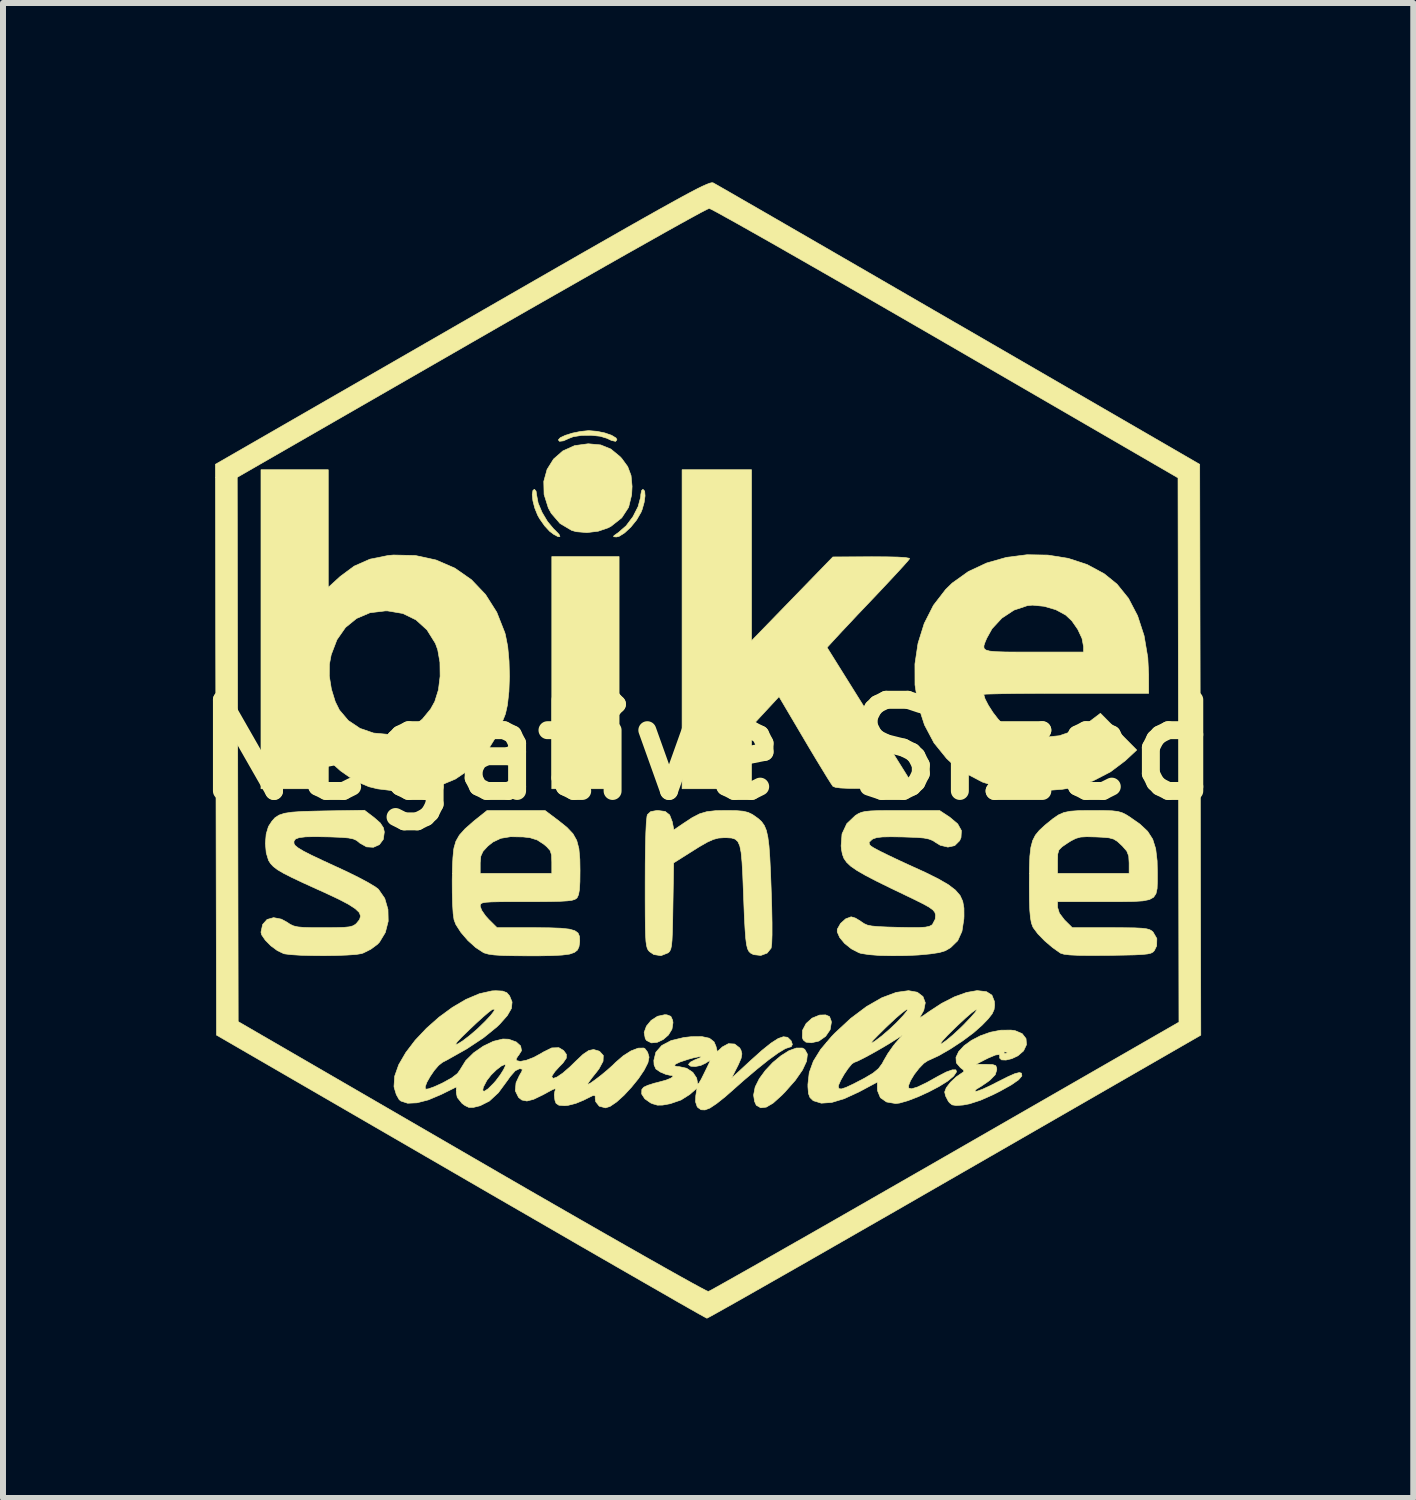
<source format=kicad_pcb>
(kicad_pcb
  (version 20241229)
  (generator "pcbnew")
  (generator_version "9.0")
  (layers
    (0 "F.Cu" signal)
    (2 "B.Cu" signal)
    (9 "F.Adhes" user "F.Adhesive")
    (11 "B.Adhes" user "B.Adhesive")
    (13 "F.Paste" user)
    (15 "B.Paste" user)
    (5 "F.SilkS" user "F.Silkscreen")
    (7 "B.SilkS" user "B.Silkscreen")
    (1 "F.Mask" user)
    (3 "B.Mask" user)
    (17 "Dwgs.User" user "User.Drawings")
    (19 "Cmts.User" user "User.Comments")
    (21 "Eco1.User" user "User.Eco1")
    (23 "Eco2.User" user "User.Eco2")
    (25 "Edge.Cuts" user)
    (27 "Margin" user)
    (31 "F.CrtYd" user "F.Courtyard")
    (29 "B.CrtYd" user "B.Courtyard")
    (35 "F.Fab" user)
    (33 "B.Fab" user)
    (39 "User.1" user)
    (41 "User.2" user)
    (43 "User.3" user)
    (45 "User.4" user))
  (footprint "Negative Sized"
    (layer "F.Cu")
    (at 8.788 9.484)
    (property "Reference" "Negative Sized" (at 0 0 0) (layer "F.SilkS") (effects (font (size 1.524 1.524) (thickness 0.3))))
    (attr through_hole)
    (fp_poly (pts (xy -1.488 0.653) (xy -2.613 0.653) (xy -2.613 -3.229) (xy -1.488 -3.229) (xy -1.488 0.653)) (stroke (width 0.01) (type solid)) (fill yes) (layer "F.SilkS"))
    (fp_poly (pts (xy 2.03 4.461) (xy 2.058 4.535) (xy 2.061 4.557) (xy 2.04 4.681) (xy 1.965 4.791) (xy 1.853 4.87) (xy 1.728 4.899) (xy 1.636 4.889) (xy 1.591 4.852) (xy 1.576 4.812) (xy 1.579 4.69) (xy 1.639 4.577) (xy 1.739 4.487) (xy 1.864 4.436) (xy 1.965 4.433) (xy 2.03 4.461)) (stroke (width 0.01) (type solid)) (fill yes) (layer "F.SilkS"))
    (fp_poly (pts (xy -0.689 4.432) (xy -0.623 4.457) (xy -0.593 4.522) (xy -0.587 4.563) (xy -0.604 4.672) (xy -0.663 4.769) (xy -0.751 4.845) (xy -0.851 4.892) (xy -0.948 4.901) (xy -1.027 4.862) (xy -1.05 4.83) (xy -1.069 4.727) (xy -1.031 4.621) (xy -0.952 4.525) (xy -0.845 4.456) (xy -0.725 4.43) (xy -0.689 4.432)) (stroke (width 0.01) (type solid)) (fill yes) (layer "F.SilkS"))
    (fp_poly (pts (xy -2.876 -4.323) (xy -2.866 -4.255) (xy -2.841 -4.123) (xy -2.776 -3.968) (xy -2.685 -3.815) (xy -2.58 -3.689) (xy -2.563 -3.674) (xy -2.492 -3.601) (xy -2.477 -3.563) (xy -2.509 -3.562) (xy -2.58 -3.6) (xy -2.648 -3.651) (xy -2.732 -3.742) (xy -2.817 -3.863) (xy -2.85 -3.922) (xy -2.898 -4.041) (xy -2.929 -4.162) (xy -2.94 -4.266) (xy -2.928 -4.336) (xy -2.903 -4.354) (xy -2.876 -4.323)) (stroke (width 0.01) (type solid)) (fill yes) (layer "F.SilkS"))
    (fp_poly (pts (xy -1.06 -4.323) (xy -1.054 -4.244) (xy -1.069 -4.135) (xy -1.102 -4.018) (xy -1.121 -3.97) (xy -1.195 -3.842) (xy -1.292 -3.722) (xy -1.396 -3.625) (xy -1.49 -3.566) (xy -1.534 -3.557) (xy -1.58 -3.561) (xy -1.573 -3.58) (xy -1.508 -3.625) (xy -1.501 -3.63) (xy -1.371 -3.743) (xy -1.256 -3.896) (xy -1.17 -4.065) (xy -1.127 -4.226) (xy -1.125 -4.266) (xy -1.112 -4.333) (xy -1.089 -4.354) (xy -1.06 -4.323)) (stroke (width 0.01) (type solid)) (fill yes) (layer "F.SilkS"))
    (fp_poly (pts (xy -1.855 -5.323) (xy -1.723 -5.295) (xy -1.612 -5.256) (xy -1.54 -5.212) (xy -1.524 -5.182) (xy -1.547 -5.155) (xy -1.619 -5.172) (xy -1.692 -5.207) (xy -1.805 -5.241) (xy -1.956 -5.257) (xy -2.115 -5.255) (xy -2.254 -5.233) (xy -2.322 -5.207) (xy -2.418 -5.164) (xy -2.484 -5.156) (xy -2.504 -5.18) (xy -2.471 -5.217) (xy -2.385 -5.257) (xy -2.266 -5.294) (xy -2.133 -5.321) (xy -2.005 -5.334) (xy -1.987 -5.334) (xy -1.855 -5.323)) (stroke (width 0.01) (type solid)) (fill yes) (layer "F.SilkS"))
    (fp_poly (pts (xy 1.576 4.987) (xy 1.616 5.009) (xy 1.66 5.089) (xy 1.647 5.206) (xy 1.578 5.354) (xy 1.457 5.528) (xy 1.285 5.723) (xy 1.234 5.775) (xy 1.089 5.906) (xy 0.973 5.975) (xy 0.88 5.986) (xy 0.806 5.944) (xy 0.777 5.88) (xy 0.762 5.782) (xy 0.762 5.766) (xy 0.787 5.638) (xy 0.856 5.5) (xy 0.958 5.361) (xy 1.081 5.23) (xy 1.216 5.118) (xy 1.35 5.033) (xy 1.474 4.987) (xy 1.576 4.987)) (stroke (width 0.01) (type solid)) (fill yes) (layer "F.SilkS"))
    (fp_poly (pts (xy -1.796 -5.096) (xy -1.626 -5.027) (xy -1.472 -4.9) (xy -1.444 -4.87) (xy -1.344 -4.733) (xy -1.288 -4.584) (xy -1.271 -4.403) (xy -1.278 -4.262) (xy -1.329 -4.053) (xy -1.444 -3.877) (xy -1.622 -3.736) (xy -1.67 -3.71) (xy -1.837 -3.653) (xy -2.026 -3.63) (xy -2.204 -3.645) (xy -2.281 -3.667) (xy -2.475 -3.782) (xy -2.622 -3.952) (xy -2.671 -4.042) (xy -2.742 -4.268) (xy -2.747 -4.486) (xy -2.692 -4.686) (xy -2.584 -4.859) (xy -2.429 -4.995) (xy -2.232 -5.084) (xy -2.004 -5.115) (xy -1.796 -5.096)) (stroke (width 0.01) (type solid)) (fill yes) (layer "F.SilkS"))
    (fp_poly (pts (xy 0.726 -1.822) (xy 2.086 -3.223) (xy 2.734 -3.226) (xy 2.978 -3.225) (xy 3.167 -3.221) (xy 3.297 -3.213) (xy 3.362 -3.201) (xy 3.369 -3.194) (xy 3.341 -3.158) (xy 3.271 -3.079) (xy 3.165 -2.963) (xy 3.032 -2.82) (xy 2.879 -2.657) (xy 2.829 -2.604) (xy 2.66 -2.426) (xy 2.497 -2.255) (xy 2.352 -2.1) (xy 2.234 -1.975) (xy 2.154 -1.888) (xy 2.145 -1.879) (xy 1.989 -1.709) (xy 2.721 -0.537) (xy 3.453 0.635) (xy 2.79 0.645) (xy 2.537 0.647) (xy 2.348 0.646) (xy 2.216 0.64) (xy 2.132 0.629) (xy 2.089 0.613) (xy 2.085 0.609) (xy 2.055 0.565) (xy 1.994 0.469) (xy 1.908 0.328) (xy 1.802 0.154) (xy 1.683 -0.045) (xy 1.614 -0.162) (xy 1.186 -0.887) (xy 0.956 -0.639) (xy 0.726 -0.391) (xy 0.726 0.653) (xy -0.435 0.653) (xy -0.435 -4.681) (xy 0.726 -4.681) (xy 0.726 -1.822)) (stroke (width 0.01) (type solid)) (fill yes) (layer "F.SilkS"))
    (fp_poly (pts (xy -6.35 -2.714) (xy -6.15 -2.897) (xy -5.916 -3.07) (xy -5.653 -3.186) (xy -5.35 -3.247) (xy -5.261 -3.255) (xy -4.893 -3.247) (xy -4.548 -3.172) (xy -4.234 -3.036) (xy -3.956 -2.842) (xy -3.721 -2.595) (xy -3.533 -2.298) (xy -3.398 -1.956) (xy -3.389 -1.923) (xy -3.35 -1.725) (xy -3.328 -1.485) (xy -3.321 -1.226) (xy -3.33 -0.972) (xy -3.355 -0.747) (xy -3.388 -0.599) (xy -3.527 -0.246) (xy -3.713 0.055) (xy -3.946 0.301) (xy -4.224 0.49) (xy -4.53 0.618) (xy -4.753 0.666) (xy -5.011 0.687) (xy -5.278 0.684) (xy -5.525 0.654) (xy -5.668 0.619) (xy -5.825 0.554) (xy -5.992 0.46) (xy -6.145 0.353) (xy -6.262 0.248) (xy -6.296 0.206) (xy -6.324 0.172) (xy -6.34 0.176) (xy -6.348 0.227) (xy -6.35 0.336) (xy -6.35 0.391) (xy -6.35 0.653) (xy -7.475 0.653) (xy -7.475 -1.233) (xy -6.333 -1.233) (xy -6.298 -1.014) (xy -6.233 -0.803) (xy -6.164 -0.664) (xy -6.014 -0.487) (xy -5.819 -0.357) (xy -5.593 -0.279) (xy -5.351 -0.257) (xy -5.109 -0.297) (xy -4.941 -0.378) (xy -4.777 -0.512) (xy -4.639 -0.68) (xy -4.569 -0.806) (xy -4.508 -1.002) (xy -4.48 -1.229) (xy -4.483 -1.461) (xy -4.52 -1.671) (xy -4.559 -1.778) (xy -4.7 -2.004) (xy -4.884 -2.171) (xy -5.104 -2.278) (xy -5.359 -2.321) (xy -5.398 -2.321) (xy -5.653 -2.29) (xy -5.876 -2.195) (xy -6.062 -2.044) (xy -6.205 -1.839) (xy -6.301 -1.588) (xy -6.331 -1.428) (xy -6.333 -1.233) (xy -7.475 -1.233) (xy -7.475 -4.681) (xy -6.35 -4.681) (xy -6.35 -2.714)) (stroke (width 0.01) (type solid)) (fill yes) (layer "F.SilkS"))
    (fp_poly (pts (xy 5.131 4.696) (xy 5.25 4.746) (xy 5.315 4.829) (xy 5.323 4.931) (xy 5.274 5.035) (xy 5.179 5.117) (xy 5.077 5.165) (xy 4.98 5.188) (xy 4.906 5.185) (xy 4.873 5.154) (xy 4.876 5.132) (xy 4.87 5.096) (xy 4.806 5.103) (xy 4.684 5.154) (xy 4.608 5.192) (xy 4.481 5.258) (xy 4.654 5.26) (xy 4.758 5.264) (xy 4.809 5.281) (xy 4.825 5.322) (xy 4.826 5.352) (xy 4.8 5.434) (xy 4.716 5.52) (xy 4.679 5.549) (xy 4.584 5.614) (xy 4.511 5.66) (xy 4.488 5.672) (xy 4.462 5.701) (xy 4.468 5.712) (xy 4.507 5.706) (xy 4.597 5.672) (xy 4.722 5.614) (xy 4.845 5.551) (xy 5.014 5.466) (xy 5.13 5.415) (xy 5.203 5.397) (xy 5.239 5.407) (xy 5.246 5.454) (xy 5.19 5.519) (xy 5.069 5.603) (xy 4.881 5.708) (xy 4.762 5.768) (xy 4.554 5.86) (xy 4.369 5.92) (xy 4.263 5.94) (xy 4.148 5.948) (xy 4.08 5.937) (xy 4.035 5.901) (xy 4.015 5.875) (xy 3.97 5.788) (xy 3.955 5.722) (xy 3.982 5.651) (xy 4.052 5.56) (xy 4.146 5.471) (xy 4.227 5.415) (xy 4.276 5.382) (xy 4.269 5.354) (xy 4.218 5.315) (xy 4.15 5.235) (xy 4.144 5.143) (xy 4.185 5.056) (xy 4.947 5.056) (xy 4.952 5.077) (xy 4.971 5.08) (xy 5.001 5.067) (xy 4.995 5.056) (xy 4.952 5.051) (xy 4.947 5.056) (xy 4.185 5.056) (xy 4.19 5.046) (xy 4.279 4.949) (xy 4.403 4.859) (xy 4.552 4.782) (xy 4.718 4.723) (xy 4.891 4.689) (xy 5.063 4.687) (xy 5.131 4.696)) (stroke (width 0.01) (type solid)) (fill yes) (layer "F.SilkS"))
    (fp_poly (pts (xy 0.47 1.018) (xy 0.587 1.028) (xy 0.669 1.048) (xy 0.738 1.081) (xy 0.764 1.098) (xy 0.837 1.15) (xy 0.895 1.203) (xy 0.94 1.267) (xy 0.974 1.349) (xy 0.999 1.46) (xy 1.018 1.608) (xy 1.032 1.802) (xy 1.044 2.052) (xy 1.054 2.32) (xy 1.064 2.632) (xy 1.069 2.893) (xy 1.069 3.097) (xy 1.064 3.239) (xy 1.054 3.315) (xy 1.053 3.318) (xy 0.987 3.4) (xy 0.882 3.439) (xy 0.764 3.426) (xy 0.743 3.417) (xy 0.708 3.398) (xy 0.681 3.37) (xy 0.659 3.326) (xy 0.642 3.255) (xy 0.629 3.151) (xy 0.618 3.005) (xy 0.607 2.808) (xy 0.597 2.552) (xy 0.59 2.368) (xy 0.579 2.09) (xy 0.567 1.877) (xy 0.552 1.718) (xy 0.53 1.608) (xy 0.498 1.536) (xy 0.453 1.495) (xy 0.392 1.476) (xy 0.312 1.471) (xy 0.262 1.471) (xy 0.173 1.477) (xy 0.087 1.5) (xy -0.015 1.546) (xy -0.149 1.623) (xy -0.243 1.682) (xy -0.576 1.892) (xy -0.588 2.618) (xy -0.592 2.866) (xy -0.597 3.052) (xy -0.603 3.186) (xy -0.612 3.277) (xy -0.625 3.335) (xy -0.643 3.371) (xy -0.666 3.394) (xy -0.669 3.396) (xy -0.788 3.443) (xy -0.908 3.424) (xy -0.98 3.375) (xy -1.001 3.351) (xy -1.017 3.32) (xy -1.029 3.274) (xy -1.039 3.204) (xy -1.045 3.103) (xy -1.049 2.963) (xy -1.051 2.774) (xy -1.052 2.528) (xy -1.052 2.229) (xy -1.051 1.897) (xy -1.047 1.614) (xy -1.041 1.387) (xy -1.033 1.219) (xy -1.022 1.116) (xy -1.015 1.086) (xy -0.959 1.034) (xy -0.856 1.016) (xy -0.838 1.016) (xy -0.717 1.032) (xy -0.643 1.09) (xy -0.599 1.204) (xy -0.595 1.227) (xy -0.572 1.34) (xy -0.422 1.238) (xy -0.267 1.136) (xy -0.141 1.071) (xy -0.019 1.035) (xy 0.126 1.019) (xy 0.301 1.016) (xy 0.47 1.018)) (stroke (width 0.01) (type solid)) (fill yes) (layer "F.SilkS"))
    (fp_poly (pts (xy 5.681 -3.254) (xy 6.019 -3.2) (xy 6.337 -3.096) (xy 6.622 -2.942) (xy 6.836 -2.769) (xy 7.028 -2.531) (xy 7.18 -2.24) (xy 7.289 -1.906) (xy 7.351 -1.539) (xy 7.365 -1.261) (xy 7.366 -0.943) (xy 5.987 -0.943) (xy 5.679 -0.943) (xy 5.395 -0.942) (xy 5.142 -0.94) (xy 4.93 -0.937) (xy 4.765 -0.933) (xy 4.655 -0.93) (xy 4.609 -0.926) (xy 4.608 -0.925) (xy 4.63 -0.85) (xy 4.686 -0.742) (xy 4.763 -0.622) (xy 4.847 -0.513) (xy 4.906 -0.451) (xy 5.076 -0.321) (xy 5.25 -0.243) (xy 5.453 -0.208) (xy 5.57 -0.204) (xy 5.872 -0.234) (xy 6.148 -0.33) (xy 6.382 -0.475) (xy 6.559 -0.609) (xy 6.863 -0.302) (xy 7.166 0.005) (xy 6.975 0.183) (xy 6.727 0.37) (xy 6.433 0.522) (xy 6.112 0.629) (xy 6.093 0.634) (xy 5.917 0.662) (xy 5.696 0.679) (xy 5.454 0.685) (xy 5.217 0.679) (xy 5.006 0.661) (xy 4.872 0.637) (xy 4.585 0.54) (xy 4.305 0.393) (xy 4.059 0.213) (xy 3.989 0.148) (xy 3.777 -0.114) (xy 3.618 -0.414) (xy 3.512 -0.741) (xy 3.459 -1.085) (xy 3.458 -1.434) (xy 3.503 -1.736) (xy 4.61 -1.736) (xy 4.613 -1.695) (xy 4.643 -1.667) (xy 4.708 -1.649) (xy 4.817 -1.639) (xy 4.976 -1.634) (xy 5.193 -1.633) (xy 5.443 -1.633) (xy 6.277 -1.633) (xy 6.277 -1.724) (xy 6.251 -1.861) (xy 6.18 -2.013) (xy 6.081 -2.155) (xy 5.979 -2.251) (xy 5.813 -2.341) (xy 5.617 -2.398) (xy 5.424 -2.417) (xy 5.338 -2.409) (xy 5.114 -2.334) (xy 4.911 -2.2) (xy 4.747 -2.023) (xy 4.658 -1.863) (xy 4.628 -1.791) (xy 4.61 -1.736) (xy 3.503 -1.736) (xy 3.51 -1.78) (xy 3.613 -2.11) (xy 3.767 -2.414) (xy 3.973 -2.681) (xy 4.081 -2.786) (xy 4.351 -2.979) (xy 4.657 -3.122) (xy 4.988 -3.216) (xy 5.333 -3.26) (xy 5.681 -3.254)) (stroke (width 0.01) (type solid)) (fill yes) (layer "F.SilkS"))
    (fp_poly (pts (xy -2.497 1.188) (xy -2.357 1.301) (xy -2.259 1.405) (xy -2.196 1.517) (xy -2.16 1.654) (xy -2.144 1.833) (xy -2.141 2.02) (xy -2.143 2.21) (xy -2.151 2.34) (xy -2.166 2.423) (xy -2.189 2.473) (xy -2.198 2.483) (xy -2.227 2.502) (xy -2.276 2.517) (xy -2.354 2.527) (xy -2.472 2.534) (xy -2.637 2.538) (xy -2.86 2.54) (xy -3.032 2.54) (xy -3.289 2.54) (xy -3.481 2.541) (xy -3.619 2.544) (xy -3.712 2.55) (xy -3.769 2.56) (xy -3.798 2.574) (xy -3.808 2.593) (xy -3.81 2.617) (xy -3.785 2.685) (xy -3.722 2.776) (xy -3.669 2.835) (xy -3.528 2.975) (xy -2.915 2.975) (xy -2.656 2.977) (xy -2.461 2.984) (xy -2.321 2.999) (xy -2.229 3.025) (xy -2.174 3.065) (xy -2.15 3.121) (xy -2.146 3.196) (xy -2.148 3.223) (xy -2.159 3.295) (xy -2.185 3.35) (xy -2.235 3.389) (xy -2.317 3.417) (xy -2.44 3.433) (xy -2.613 3.442) (xy -2.846 3.446) (xy -2.994 3.446) (xy -3.246 3.444) (xy -3.437 3.44) (xy -3.576 3.431) (xy -3.674 3.417) (xy -3.741 3.398) (xy -3.758 3.39) (xy -3.885 3.307) (xy -4.016 3.189) (xy -4.132 3.054) (xy -4.216 2.924) (xy -4.247 2.844) (xy -4.262 2.739) (xy -4.272 2.58) (xy -4.277 2.388) (xy -4.278 2.181) (xy -4.274 1.98) (xy -4.271 1.9) (xy -3.81 1.9) (xy -3.81 2.068) (xy -2.613 2.068) (xy -2.613 1.878) (xy -2.617 1.761) (xy -2.64 1.686) (xy -2.696 1.623) (xy -2.747 1.58) (xy -2.856 1.509) (xy -2.977 1.471) (xy -3.09 1.458) (xy -3.303 1.454) (xy -3.466 1.481) (xy -3.598 1.544) (xy -3.682 1.611) (xy -3.763 1.699) (xy -3.8 1.78) (xy -3.81 1.89) (xy -3.81 1.9) (xy -4.271 1.9) (xy -4.266 1.802) (xy -4.253 1.668) (xy -4.248 1.64) (xy -4.216 1.53) (xy -4.158 1.428) (xy -4.063 1.322) (xy -3.92 1.196) (xy -3.87 1.156) (xy -3.695 1.016) (xy -2.726 1.016) (xy -2.497 1.188)) (stroke (width 0.01) (type solid)) (fill yes) (layer "F.SilkS"))
    (fp_poly (pts (xy -5.585 1.133) (xy -5.481 1.224) (xy -5.428 1.305) (xy -5.413 1.375) (xy -5.43 1.499) (xy -5.496 1.587) (xy -5.595 1.631) (xy -5.71 1.624) (xy -5.825 1.559) (xy -5.833 1.551) (xy -5.878 1.515) (xy -5.933 1.491) (xy -6.012 1.475) (xy -6.132 1.465) (xy -6.306 1.458) (xy -6.338 1.457) (xy -6.564 1.453) (xy -6.727 1.456) (xy -6.835 1.469) (xy -6.897 1.492) (xy -6.923 1.528) (xy -6.924 1.565) (xy -6.906 1.599) (xy -6.856 1.64) (xy -6.767 1.694) (xy -6.632 1.763) (xy -6.442 1.853) (xy -6.264 1.935) (xy -6.041 2.038) (xy -5.843 2.136) (xy -5.68 2.223) (xy -5.565 2.292) (xy -5.512 2.332) (xy -5.406 2.485) (xy -5.352 2.67) (xy -5.348 2.867) (xy -5.396 3.055) (xy -5.493 3.216) (xy -5.529 3.254) (xy -5.64 3.336) (xy -5.762 3.397) (xy -5.793 3.408) (xy -5.886 3.423) (xy -6.034 3.433) (xy -6.218 3.44) (xy -6.421 3.443) (xy -6.627 3.441) (xy -6.816 3.436) (xy -6.973 3.426) (xy -7.078 3.413) (xy -7.095 3.409) (xy -7.2 3.359) (xy -7.309 3.279) (xy -7.402 3.185) (xy -7.463 3.096) (xy -7.475 3.05) (xy -7.447 2.921) (xy -7.373 2.838) (xy -7.264 2.807) (xy -7.135 2.832) (xy -7.044 2.881) (xy -6.985 2.92) (xy -6.928 2.946) (xy -6.857 2.962) (xy -6.759 2.971) (xy -6.617 2.975) (xy -6.43 2.975) (xy -6.232 2.974) (xy -6.093 2.97) (xy -6 2.961) (xy -5.94 2.945) (xy -5.898 2.921) (xy -5.878 2.903) (xy -5.827 2.84) (xy -5.81 2.781) (xy -5.831 2.722) (xy -5.898 2.658) (xy -6.014 2.583) (xy -6.185 2.494) (xy -6.417 2.385) (xy -6.513 2.342) (xy -6.762 2.229) (xy -6.953 2.139) (xy -7.095 2.067) (xy -7.197 2.007) (xy -7.267 1.954) (xy -7.314 1.904) (xy -7.348 1.851) (xy -7.349 1.849) (xy -7.387 1.723) (xy -7.401 1.566) (xy -7.388 1.41) (xy -7.351 1.287) (xy -7.345 1.276) (xy -7.293 1.196) (xy -7.24 1.136) (xy -7.173 1.093) (xy -7.083 1.063) (xy -6.958 1.044) (xy -6.787 1.032) (xy -6.56 1.026) (xy -6.419 1.023) (xy -5.744 1.012) (xy -5.585 1.133)) (stroke (width 0.01) (type solid)) (fill yes) (layer "F.SilkS"))
    (fp_poly (pts (xy 6.621 1.017) (xy 6.754 1.021) (xy 6.848 1.032) (xy 6.919 1.052) (xy 6.983 1.083) (xy 7.041 1.119) (xy 7.22 1.244) (xy 7.348 1.364) (xy 7.433 1.496) (xy 7.483 1.656) (xy 7.507 1.858) (xy 7.511 2.051) (xy 7.511 2.203) (xy 7.507 2.32) (xy 7.488 2.406) (xy 7.448 2.466) (xy 7.378 2.505) (xy 7.269 2.527) (xy 7.112 2.537) (xy 6.9 2.54) (xy 6.624 2.54) (xy 5.842 2.54) (xy 5.842 2.634) (xy 5.873 2.733) (xy 5.958 2.845) (xy 5.965 2.852) (xy 6.089 2.975) (xy 6.727 2.975) (xy 6.959 2.976) (xy 7.129 2.978) (xy 7.249 2.984) (xy 7.33 2.994) (xy 7.382 3.008) (xy 7.419 3.03) (xy 7.439 3.048) (xy 7.502 3.157) (xy 7.499 3.279) (xy 7.46 3.359) (xy 7.437 3.383) (xy 7.403 3.401) (xy 7.348 3.414) (xy 7.261 3.423) (xy 7.132 3.43) (xy 6.952 3.434) (xy 6.71 3.438) (xy 6.689 3.438) (xy 6.412 3.44) (xy 6.201 3.438) (xy 6.049 3.431) (xy 5.95 3.419) (xy 5.895 3.402) (xy 5.893 3.402) (xy 5.761 3.309) (xy 5.627 3.195) (xy 5.513 3.078) (xy 5.437 2.976) (xy 5.428 2.959) (xy 5.405 2.896) (xy 5.389 2.808) (xy 5.378 2.685) (xy 5.372 2.514) (xy 5.37 2.285) (xy 5.37 2.232) (xy 5.372 1.976) (xy 5.376 1.868) (xy 5.842 1.868) (xy 5.842 2.068) (xy 7.039 2.068) (xy 7.039 1.894) (xy 7.032 1.777) (xy 6.999 1.694) (xy 6.925 1.609) (xy 6.91 1.595) (xy 6.842 1.532) (xy 6.78 1.494) (xy 6.703 1.473) (xy 6.589 1.463) (xy 6.484 1.458) (xy 6.332 1.454) (xy 6.229 1.46) (xy 6.149 1.482) (xy 6.068 1.523) (xy 6.014 1.557) (xy 5.917 1.623) (xy 5.865 1.676) (xy 5.845 1.745) (xy 5.842 1.855) (xy 5.842 1.868) (xy 5.376 1.868) (xy 5.379 1.78) (xy 5.396 1.632) (xy 5.426 1.519) (xy 5.472 1.428) (xy 5.538 1.348) (xy 5.628 1.265) (xy 5.654 1.243) (xy 5.765 1.153) (xy 5.857 1.09) (xy 5.948 1.05) (xy 6.055 1.028) (xy 6.196 1.018) (xy 6.389 1.016) (xy 6.431 1.016) (xy 6.621 1.017)) (stroke (width 0.01) (type solid)) (fill yes) (layer "F.SilkS"))
    (fp_poly (pts (xy 4.04 1.128) (xy 4.173 1.24) (xy 4.235 1.352) (xy 4.228 1.469) (xy 4.205 1.521) (xy 4.123 1.603) (xy 4.009 1.628) (xy 3.881 1.597) (xy 3.809 1.553) (xy 3.753 1.517) (xy 3.691 1.493) (xy 3.607 1.476) (xy 3.485 1.466) (xy 3.311 1.46) (xy 3.254 1.458) (xy 3.054 1.455) (xy 2.914 1.458) (xy 2.82 1.469) (xy 2.76 1.489) (xy 2.74 1.501) (xy 2.691 1.548) (xy 2.7 1.587) (xy 2.721 1.61) (xy 2.771 1.642) (xy 2.876 1.698) (xy 3.023 1.77) (xy 3.2 1.854) (xy 3.356 1.926) (xy 3.635 2.053) (xy 3.852 2.161) (xy 4.016 2.256) (xy 4.134 2.346) (xy 4.212 2.436) (xy 4.257 2.534) (xy 4.277 2.647) (xy 4.278 2.782) (xy 4.276 2.828) (xy 4.244 3.036) (xy 4.173 3.193) (xy 4.054 3.309) (xy 3.965 3.361) (xy 3.865 3.391) (xy 3.71 3.414) (xy 3.516 3.432) (xy 3.301 3.442) (xy 3.08 3.444) (xy 2.872 3.44) (xy 2.692 3.426) (xy 2.557 3.405) (xy 2.522 3.394) (xy 2.396 3.329) (xy 2.283 3.239) (xy 2.2 3.139) (xy 2.159 3.046) (xy 2.16 3.001) (xy 2.214 2.905) (xy 2.299 2.828) (xy 2.389 2.794) (xy 2.394 2.794) (xy 2.464 2.815) (xy 2.551 2.868) (xy 2.561 2.876) (xy 2.609 2.908) (xy 2.663 2.932) (xy 2.737 2.947) (xy 2.845 2.957) (xy 3.001 2.964) (xy 3.178 2.969) (xy 3.385 2.973) (xy 3.533 2.972) (xy 3.632 2.966) (xy 3.696 2.953) (xy 3.737 2.933) (xy 3.752 2.919) (xy 3.797 2.833) (xy 3.803 2.762) (xy 3.791 2.719) (xy 3.758 2.678) (xy 3.695 2.632) (xy 3.59 2.574) (xy 3.433 2.496) (xy 3.356 2.459) (xy 3.058 2.316) (xy 2.818 2.198) (xy 2.631 2.101) (xy 2.489 2.019) (xy 2.386 1.948) (xy 2.316 1.882) (xy 2.271 1.817) (xy 2.245 1.747) (xy 2.23 1.667) (xy 2.224 1.608) (xy 2.239 1.407) (xy 2.319 1.236) (xy 2.462 1.1) (xy 2.464 1.098) (xy 2.512 1.069) (xy 2.563 1.047) (xy 2.628 1.032) (xy 2.72 1.023) (xy 2.85 1.018) (xy 3.031 1.016) (xy 3.229 1.016) (xy 3.87 1.016) (xy 4.04 1.128)) (stroke (width 0.01) (type solid)) (fill yes) (layer "F.SilkS"))
    (fp_poly (pts (xy 0.022 4.823) (xy 0.099 4.883) (xy 0.131 4.956) (xy 0.154 5.048) (xy 0.238 4.969) (xy 0.34 4.914) (xy 0.444 4.92) (xy 0.528 4.985) (xy 0.549 5.021) (xy 0.565 5.084) (xy 0.552 5.159) (xy 0.505 5.267) (xy 0.489 5.299) (xy 0.391 5.492) (xy 0.708 5.199) (xy 0.901 5.026) (xy 1.053 4.904) (xy 1.17 4.829) (xy 1.258 4.798) (xy 1.324 4.807) (xy 1.334 4.812) (xy 1.389 4.867) (xy 1.409 4.927) (xy 1.389 4.966) (xy 1.367 4.971) (xy 1.292 4.996) (xy 1.171 5.069) (xy 1.011 5.185) (xy 0.816 5.341) (xy 0.592 5.531) (xy 0.477 5.633) (xy 0.289 5.799) (xy 0.142 5.916) (xy 0.031 5.99) (xy -0.052 6.022) (xy -0.117 6.019) (xy -0.169 5.983) (xy -0.182 5.969) (xy -0.21 5.886) (xy -0.206 5.785) (xy -0.185 5.656) (xy -0.308 5.764) (xy -0.454 5.856) (xy -0.634 5.918) (xy -0.761 5.941) (xy -0.848 5.942) (xy -0.927 5.919) (xy -0.96 5.905) (xy -1.058 5.836) (xy -1.11 5.756) (xy -1.108 5.68) (xy -1.076 5.642) (xy -1.01 5.611) (xy -0.901 5.576) (xy -0.818 5.555) (xy -0.704 5.524) (xy -0.623 5.491) (xy -0.585 5.463) (xy -0.602 5.445) (xy -0.635 5.443) (xy -0.707 5.427) (xy -0.799 5.388) (xy -0.8 5.387) (xy -0.873 5.337) (xy -0.896 5.284) (xy -0.564 5.284) (xy -0.514 5.297) (xy -0.484 5.298) (xy -0.359 5.325) (xy -0.255 5.394) (xy -0.191 5.49) (xy -0.181 5.545) (xy -0.175 5.586) (xy -0.155 5.576) (xy -0.116 5.511) (xy -0.073 5.425) (xy -0.018 5.313) (xy 0.021 5.231) (xy 0.035 5.196) (xy 0.011 5.206) (xy -0.044 5.241) (xy -0.125 5.279) (xy -0.215 5.296) (xy -0.291 5.291) (xy -0.326 5.264) (xy -0.327 5.26) (xy -0.296 5.223) (xy -0.222 5.185) (xy -0.216 5.183) (xy -0.135 5.15) (xy -0.117 5.133) (xy -0.154 5.133) (xy -0.238 5.149) (xy -0.329 5.174) (xy -0.468 5.22) (xy -0.547 5.257) (xy -0.564 5.284) (xy -0.896 5.284) (xy -0.903 5.268) (xy -0.907 5.194) (xy -0.873 5.057) (xy -0.775 4.945) (xy -0.618 4.862) (xy -0.405 4.811) (xy -0.287 4.798) (xy -0.103 4.796) (xy 0.022 4.823)) (stroke (width 0.01) (type solid)) (fill yes) (layer "F.SilkS"))
    (fp_poly (pts (xy 0.078 -9.479) (xy 0.083 -9.478) (xy 0.124 -9.455) (xy 0.224 -9.398) (xy 0.379 -9.309) (xy 0.585 -9.19) (xy 0.839 -9.044) (xy 1.137 -8.872) (xy 1.474 -8.677) (xy 1.848 -8.461) (xy 2.254 -8.226) (xy 2.688 -7.975) (xy 3.147 -7.709) (xy 3.627 -7.431) (xy 4.124 -7.143) (xy 4.191 -7.105) (xy 8.219 -4.771) (xy 8.228 0.000312) (xy 8.237 4.772) (xy 4.126 7.139) (xy 3.622 7.429) (xy 3.136 7.709) (xy 2.67 7.976) (xy 2.229 8.229) (xy 1.817 8.465) (xy 1.436 8.683) (xy 1.092 8.879) (xy 0.786 9.053) (xy 0.524 9.202) (xy 0.309 9.323) (xy 0.145 9.415) (xy 0.035 9.476) (xy -0.017 9.503) (xy -0.02 9.504) (xy -0.055 9.486) (xy -0.149 9.434) (xy -0.299 9.349) (xy -0.5 9.235) (xy -0.748 9.092) (xy -1.041 8.924) (xy -1.375 8.732) (xy -1.745 8.519) (xy -2.148 8.287) (xy -2.58 8.037) (xy -3.038 7.772) (xy -3.518 7.495) (xy -4.015 7.207) (xy -4.137 7.136) (xy -8.219 4.771) (xy -8.237 -4.554) (xy -7.872 -4.554) (xy -7.864 -0.004) (xy -7.856 4.545) (xy -3.955 6.807) (xy -3.465 7.091) (xy -2.991 7.365) (xy -2.539 7.625) (xy -2.111 7.871) (xy -1.711 8.1) (xy -1.343 8.31) (xy -1.012 8.498) (xy -0.72 8.663) (xy -0.472 8.802) (xy -0.272 8.913) (xy -0.123 8.994) (xy -0.03 9.043) (xy 0.004 9.057) (xy 0.043 9.038) (xy 0.14 8.984) (xy 0.292 8.899) (xy 0.496 8.784) (xy 0.748 8.642) (xy 1.042 8.474) (xy 1.377 8.283) (xy 1.748 8.072) (xy 2.15 7.842) (xy 2.581 7.595) (xy 3.036 7.334) (xy 3.512 7.061) (xy 3.968 6.799) (xy 7.872 4.554) (xy 7.864 0.004) (xy 7.856 -4.545) (xy 3.973 -6.797) (xy 3.484 -7.08) (xy 3.011 -7.353) (xy 2.559 -7.614) (xy 2.131 -7.86) (xy 1.731 -8.089) (xy 1.364 -8.299) (xy 1.033 -8.488) (xy 0.741 -8.653) (xy 0.493 -8.793) (xy 0.293 -8.904) (xy 0.145 -8.986) (xy 0.052 -9.035) (xy 0.018 -9.05) (xy -0.022 -9.032) (xy -0.121 -8.981) (xy -0.275 -8.897) (xy -0.48 -8.784) (xy -0.733 -8.643) (xy -1.029 -8.476) (xy -1.365 -8.287) (xy -1.737 -8.076) (xy -2.14 -7.846) (xy -2.572 -7.6) (xy -3.028 -7.34) (xy -3.504 -7.067) (xy -3.963 -6.803) (xy -7.872 -4.554) (xy -8.237 -4.554) (xy -8.237 -4.772) (xy -4.117 -7.144) (xy -3.518 -7.489) (xy -2.979 -7.799) (xy -2.497 -8.076) (xy -2.068 -8.322) (xy -1.689 -8.538) (xy -1.358 -8.727) (xy -1.07 -8.89) (xy -0.823 -9.029) (xy -0.614 -9.145) (xy -0.44 -9.241) (xy -0.297 -9.318) (xy -0.182 -9.378) (xy -0.092 -9.422) (xy -0.024 -9.452) (xy 0.025 -9.471) (xy 0.058 -9.479) (xy 0.078 -9.479)) (stroke (width 0.01) (type solid)) (fill yes) (layer "F.SilkS"))
    (fp_poly (pts (xy 3.497 4.054) (xy 3.592 4.126) (xy 3.631 4.23) (xy 3.606 4.356) (xy 3.566 4.428) (xy 3.541 4.47) (xy 3.553 4.474) (xy 3.611 4.437) (xy 3.687 4.383) (xy 3.902 4.242) (xy 4.119 4.131) (xy 4.321 4.058) (xy 4.492 4.028) (xy 4.506 4.028) (xy 4.654 4.045) (xy 4.745 4.103) (xy 4.786 4.206) (xy 4.79 4.269) (xy 4.781 4.344) (xy 4.749 4.415) (xy 4.682 4.5) (xy 4.581 4.605) (xy 4.436 4.733) (xy 4.252 4.87) (xy 4.051 5.002) (xy 3.857 5.114) (xy 3.69 5.191) (xy 3.678 5.195) (xy 3.606 5.243) (xy 3.525 5.327) (xy 3.446 5.429) (xy 3.384 5.532) (xy 3.351 5.616) (xy 3.354 5.657) (xy 3.402 5.669) (xy 3.503 5.638) (xy 3.659 5.563) (xy 3.845 5.459) (xy 3.981 5.388) (xy 4.082 5.352) (xy 4.142 5.351) (xy 4.154 5.384) (xy 4.109 5.451) (xy 4.097 5.464) (xy 4.002 5.542) (xy 3.859 5.631) (xy 3.689 5.72) (xy 3.51 5.802) (xy 3.341 5.867) (xy 3.201 5.907) (xy 3.135 5.915) (xy 2.983 5.889) (xy 2.88 5.817) (xy 2.833 5.702) (xy 2.83 5.663) (xy 2.83 5.556) (xy 2.523 5.72) (xy 2.278 5.833) (xy 2.066 5.897) (xy 1.893 5.909) (xy 1.763 5.869) (xy 1.751 5.861) (xy 1.703 5.814) (xy 1.678 5.747) (xy 1.669 5.637) (xy 1.669 5.636) (xy 2.177 5.636) (xy 2.189 5.667) (xy 2.229 5.671) (xy 2.305 5.646) (xy 2.427 5.589) (xy 2.602 5.498) (xy 2.617 5.49) (xy 2.757 5.407) (xy 2.848 5.332) (xy 2.911 5.247) (xy 2.932 5.206) (xy 3.005 5.08) (xy 3.097 4.949) (xy 3.126 4.914) (xy 3.883 4.914) (xy 3.901 4.916) (xy 3.909 4.912) (xy 3.987 4.857) (xy 4.096 4.766) (xy 4.217 4.654) (xy 4.27 4.602) (xy 4.395 4.471) (xy 4.469 4.386) (xy 4.493 4.346) (xy 4.472 4.35) (xy 4.409 4.395) (xy 4.307 4.483) (xy 4.169 4.611) (xy 4.133 4.646) (xy 4.001 4.776) (xy 3.918 4.866) (xy 3.883 4.914) (xy 3.126 4.914) (xy 3.127 4.912) (xy 3.248 4.773) (xy 3.139 4.843) (xy 3.015 4.921) (xy 2.874 5.004) (xy 2.731 5.085) (xy 2.602 5.154) (xy 2.502 5.204) (xy 2.448 5.225) (xy 2.445 5.225) (xy 2.402 5.254) (xy 2.341 5.328) (xy 2.275 5.425) (xy 2.218 5.525) (xy 2.182 5.607) (xy 2.177 5.636) (xy 1.669 5.636) (xy 1.669 5.593) (xy 1.691 5.397) (xy 1.76 5.207) (xy 1.882 5.01) (xy 1.975 4.9) (xy 2.725 4.9) (xy 2.738 4.902) (xy 2.792 4.87) (xy 2.794 4.868) (xy 2.904 4.785) (xy 3.034 4.673) (xy 3.155 4.558) (xy 3.265 4.441) (xy 3.324 4.369) (xy 3.337 4.339) (xy 3.307 4.35) (xy 3.24 4.4) (xy 3.139 4.486) (xy 3.01 4.607) (xy 2.97 4.645) (xy 2.839 4.775) (xy 2.758 4.858) (xy 2.725 4.9) (xy 1.975 4.9) (xy 2.063 4.796) (xy 2.118 4.739) (xy 2.383 4.493) (xy 2.648 4.294) (xy 2.904 4.147) (xy 3.144 4.057) (xy 3.351 4.028) (xy 3.497 4.054)) (stroke (width 0.01) (type solid)) (fill yes) (layer "F.SilkS"))
    (fp_poly (pts (xy -3.434 4.035) (xy -3.365 4.062) (xy -3.318 4.117) (xy -3.277 4.218) (xy -3.288 4.325) (xy -3.357 4.445) (xy -3.484 4.588) (xy -3.534 4.636) (xy -3.753 4.814) (xy -4.035 5.001) (xy -4.373 5.191) (xy -4.441 5.226) (xy -4.506 5.278) (xy -4.579 5.363) (xy -4.647 5.463) (xy -4.702 5.56) (xy -4.73 5.637) (xy -4.723 5.675) (xy -4.677 5.67) (xy -4.584 5.637) (xy -4.464 5.583) (xy -4.435 5.569) (xy -4.285 5.486) (xy -4.19 5.413) (xy -4.139 5.34) (xy -4.137 5.335) (xy -4.051 5.197) (xy -3.919 5.067) (xy -3.759 4.956) (xy -3.591 4.875) (xy -3.431 4.836) (xy -3.333 4.84) (xy -3.208 4.885) (xy -3.134 4.952) (xy -3.119 5.031) (xy -3.169 5.111) (xy -3.177 5.118) (xy -3.21 5.171) (xy -3.198 5.198) (xy -3.139 5.211) (xy -3.038 5.191) (xy -2.915 5.144) (xy -2.788 5.075) (xy -2.758 5.056) (xy -2.614 4.985) (xy -2.495 4.981) (xy -2.416 5.028) (xy -2.369 5.093) (xy -2.371 5.157) (xy -2.426 5.237) (xy -2.486 5.298) (xy -2.56 5.379) (xy -2.606 5.447) (xy -2.613 5.469) (xy -2.59 5.495) (xy -2.526 5.472) (xy -2.429 5.406) (xy -2.308 5.301) (xy -2.215 5.21) (xy -2.091 5.093) (xy -1.996 5.029) (xy -1.914 5.012) (xy -1.831 5.036) (xy -1.812 5.045) (xy -1.752 5.111) (xy -1.756 5.208) (xy -1.824 5.335) (xy -1.862 5.385) (xy -1.937 5.479) (xy -1.993 5.555) (xy -2.011 5.582) (xy -2.006 5.594) (xy -1.958 5.568) (xy -1.881 5.513) (xy -1.786 5.44) (xy -1.686 5.357) (xy -1.594 5.275) (xy -1.55 5.231) (xy -1.421 5.119) (xy -1.289 5.035) (xy -1.169 4.989) (xy -1.077 4.987) (xy -1.058 4.995) (xy -1.011 5.057) (xy -0.987 5.139) (xy -1.006 5.233) (xy -1.069 5.357) (xy -1.164 5.498) (xy -1.281 5.642) (xy -1.406 5.777) (xy -1.53 5.889) (xy -1.639 5.963) (xy -1.716 5.987) (xy -1.82 5.959) (xy -1.879 5.884) (xy -1.887 5.835) (xy -1.887 5.794) (xy -1.898 5.777) (xy -1.935 5.786) (xy -2.012 5.824) (xy -2.084 5.86) (xy -2.213 5.913) (xy -2.344 5.946) (xy -2.4 5.951) (xy -2.495 5.943) (xy -2.542 5.911) (xy -2.561 5.86) (xy -2.571 5.77) (xy -2.563 5.715) (xy -2.551 5.68) (xy -2.558 5.667) (xy -2.596 5.68) (xy -2.677 5.723) (xy -2.761 5.769) (xy -2.916 5.844) (xy -3.029 5.873) (xy -3.114 5.856) (xy -3.169 5.812) (xy -3.223 5.702) (xy -3.211 5.568) (xy -3.157 5.452) (xy -3.113 5.375) (xy -3.106 5.342) (xy -3.137 5.334) (xy -3.156 5.334) (xy -3.224 5.367) (xy -3.309 5.464) (xy -3.351 5.524) (xy -3.506 5.734) (xy -3.657 5.874) (xy -3.81 5.951) (xy -3.812 5.952) (xy -3.925 5.98) (xy -3.999 5.98) (xy -4.064 5.949) (xy -4.114 5.912) (xy -4.193 5.813) (xy -4.209 5.737) (xy -4.209 5.7) (xy -3.769 5.7) (xy -3.741 5.71) (xy -3.678 5.669) (xy -3.586 5.577) (xy -3.548 5.534) (xy -3.475 5.437) (xy -3.419 5.348) (xy -3.389 5.284) (xy -3.395 5.261) (xy -3.456 5.287) (xy -3.54 5.352) (xy -3.627 5.437) (xy -3.696 5.525) (xy -3.699 5.529) (xy -3.757 5.64) (xy -3.769 5.7) (xy -4.209 5.7) (xy -4.209 5.638) (xy -4.464 5.764) (xy -4.677 5.854) (xy -4.867 5.903) (xy -5.023 5.91) (xy -5.136 5.873) (xy -5.165 5.849) (xy -5.213 5.764) (xy -5.247 5.651) (xy -5.251 5.629) (xy -5.24 5.458) (xy -5.172 5.266) (xy -5.054 5.063) (xy -4.948 4.924) (xy -4.221 4.924) (xy -4.198 4.924) (xy -4.184 4.918) (xy -4.102 4.867) (xy -3.991 4.782) (xy -3.87 4.679) (xy -3.847 4.658) (xy -3.726 4.54) (xy -3.635 4.443) (xy -3.581 4.372) (xy -3.568 4.336) (xy -3.602 4.341) (xy -3.617 4.349) (xy -3.669 4.388) (xy -3.759 4.465) (xy -3.875 4.57) (xy -3.991 4.68) (xy -4.12 4.805) (xy -4.196 4.886) (xy -4.221 4.924) (xy -4.948 4.924) (xy -4.897 4.857) (xy -4.708 4.657) (xy -4.498 4.471) (xy -4.274 4.307) (xy -4.046 4.173) (xy -3.823 4.079) (xy -3.613 4.032) (xy -3.548 4.029) (xy -3.434 4.035)) (stroke (width 0.01) (type solid)) (fill yes) (layer "F.SilkS")))
  (gr_rect
    (start -3 -3)
    (end 20.577 21.994)
    (stroke (width 0.1) (type default))
    (fill no)
    (layer "Edge.Cuts")))
</source>
